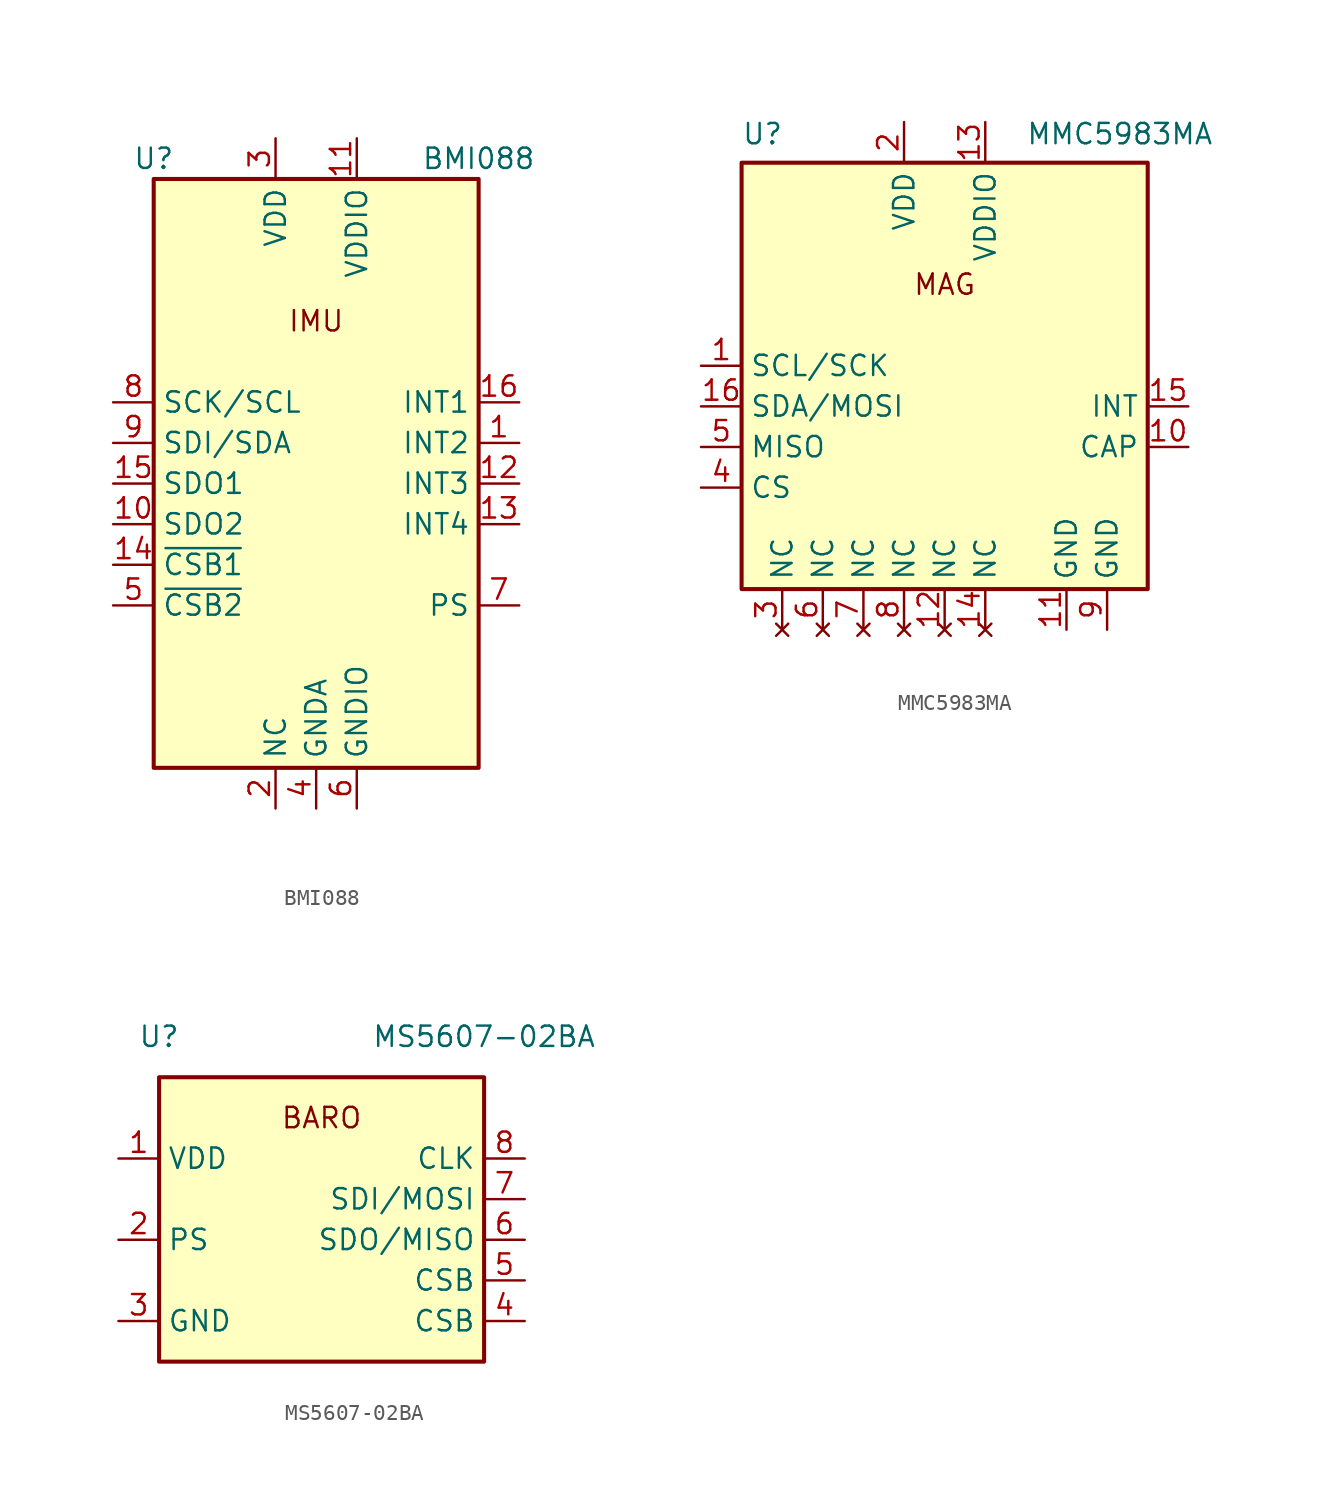
<source format=kicad_sym>
(kicad_symbol_lib
  (version 20241209)
  (generator "kicad_symbol_editor")
  (generator_version "9.0")
  (symbol "BMI088"
    (property "Reference" "U"
      (at -10.16 17.78 0)
      (effects (font (size 1.27 1.27))))
    (property "Value" "BMI088"
      (at 10.16 17.78 0)
      (effects (font (size 1.27 1.27))))
    (symbol "BMI088_1_1"
      (rectangle (start -10.16 16.51) (end 10.16 -20.32) (stroke (width 0.254) (type solid)) (fill (type background)))
      (text "IMU" (at 0 7.62 0) (effects (font (face "KiCad Font") (size 1.27 1.27))))
      (pin input line (at -12.7 2.54 0) (length 2.54) (name "SCK/SCL" (effects (font (size 1.27 1.27)))) (number "8" (effects (font (size 1.27 1.27)))))
      (pin bidirectional line (at -12.7 0 0) (length 2.54) (name "SDI/SDA" (effects (font (size 1.27 1.27)))) (number "9" (effects (font (size 1.27 1.27)))))
      (pin output line (at -12.7 -2.54 0) (length 2.54) (name "SDO1" (effects (font (size 1.27 1.27)))) (number "15" (effects (font (size 1.27 1.27)))))
      (pin output line (at -12.7 -5.08 0) (length 2.54) (name "SDO2" (effects (font (size 1.27 1.27)))) (number "10" (effects (font (size 1.27 1.27)))))
      (pin input line (at -12.7 -7.62 0) (length 2.54) (name "~{CSB1}" (effects (font (size 1.27 1.27)))) (number "14" (effects (font (size 1.27 1.27)))))
      (pin input line (at -12.7 -10.16 0) (length 2.54) (name "~{CSB2}" (effects (font (size 1.27 1.27)))) (number "5" (effects (font (size 1.27 1.27)))))
      (pin power_in line (at -2.54 19.05 270) (length 2.54) (name "VDD" (effects (font (size 1.27 1.27)))) (number "3" (effects (font (size 1.27 1.27)))))
      (pin passive line (at -2.54 -22.86 90) (length 2.54) (name "NC" (effects (font (size 1.27 1.27)))) (number "2" (effects (font (size 1.27 1.27)))))
      (pin power_in line (at 0 -22.86 90) (length 2.54) (name "GNDA" (effects (font (size 1.27 1.27)))) (number "4" (effects (font (size 1.27 1.27)))))
      (pin power_in line (at 2.54 19.05 270) (length 2.54) (name "VDDIO" (effects (font (size 1.27 1.27)))) (number "11" (effects (font (size 1.27 1.27)))))
      (pin power_in line (at 2.54 -22.86 90) (length 2.54) (name "GNDIO" (effects (font (size 1.27 1.27)))) (number "6" (effects (font (size 1.27 1.27)))))
      (pin bidirectional line (at 12.7 2.54 180) (length 2.54) (name "INT1" (effects (font (size 1.27 1.27)))) (number "16" (effects (font (size 1.27 1.27)))))
      (pin bidirectional line (at 12.7 0 180) (length 2.54) (name "INT2" (effects (font (size 1.27 1.27)))) (number "1" (effects (font (size 1.27 1.27)))))
      (pin bidirectional line (at 12.7 -2.54 180) (length 2.54) (name "INT3" (effects (font (size 1.27 1.27)))) (number "12" (effects (font (size 1.27 1.27)))))
      (pin bidirectional line (at 12.7 -5.08 180) (length 2.54) (name "INT4" (effects (font (size 1.27 1.27)))) (number "13" (effects (font (size 1.27 1.27)))))
      (pin input line (at 12.7 -10.16 180) (length 2.54) (name "PS" (effects (font (size 1.27 1.27)))) (number "7" (effects (font (size 1.27 1.27)))))))
  (symbol "MMC5983MA"
    (property "Reference" "U"
      (at -12.7 12.7 0)
      (effects (font (size 1.27 1.27)) (justify left top)))
    (property "Value" "MMC5983MA"
      (at 5.08 12.7 0)
      (effects (font (size 1.27 1.27)) (justify left top)))
    (symbol "MMC5983MA_0_1"
      (rectangle (start -12.7 10.16) (end 12.7 -16.51) (stroke (width 0.254) (type default)) (fill (type background))))
    (symbol "MMC5983MA_1_1"
      (text "MAG" (at 0 2.54 0) (effects (font (face "KiCad Font") (size 1.27 1.27))))
      (pin input line (at -15.24 -2.54 0) (length 2.54) (name "SCL/SCK" (effects (font (size 1.27 1.27)))) (number "1" (effects (font (size 1.27 1.27)))))
      (pin bidirectional line (at -15.24 -5.08 0) (length 2.54) (name "SDA/MOSI" (effects (font (size 1.27 1.27)))) (number "16" (effects (font (size 1.27 1.27)))))
      (pin bidirectional line (at -15.24 -7.62 0) (length 2.54) (name "MISO" (effects (font (size 1.27 1.27)))) (number "5" (effects (font (size 1.27 1.27)))))
      (pin input line (at -15.24 -10.16 0) (length 2.54) (name "CS" (effects (font (size 1.27 1.27)))) (number "4" (effects (font (size 1.27 1.27)))))
      (pin no_connect line (at -10.16 -19.05 90) (length 2.54) (name "NC" (effects (font (size 1.27 1.27)))) (number "3" (effects (font (size 1.27 1.27)))))
      (pin no_connect line (at -7.62 -19.05 90) (length 2.54) (name "NC" (effects (font (size 1.27 1.27)))) (number "6" (effects (font (size 1.27 1.27)))))
      (pin no_connect line (at -5.08 -19.05 90) (length 2.54) (name "NC" (effects (font (size 1.27 1.27)))) (number "7" (effects (font (size 1.27 1.27)))))
      (pin power_in line (at -2.54 12.7 270) (length 2.54) (name "VDD" (effects (font (size 1.27 1.27)))) (number "2" (effects (font (size 1.27 1.27)))))
      (pin no_connect line (at -2.54 -19.05 90) (length 2.54) (name "NC" (effects (font (size 1.27 1.27)))) (number "8" (effects (font (size 1.27 1.27)))))
      (pin no_connect line (at 0 -19.05 90) (length 2.54) (name "NC" (effects (font (size 1.27 1.27)))) (number "12" (effects (font (size 1.27 1.27)))))
      (pin power_in line (at 2.54 12.7 270) (length 2.54) (name "VDDIO" (effects (font (size 1.27 1.27)))) (number "13" (effects (font (size 1.27 1.27)))))
      (pin no_connect line (at 2.54 -19.05 90) (length 2.54) (name "NC" (effects (font (size 1.27 1.27)))) (number "14" (effects (font (size 1.27 1.27)))))
      (pin passive line (at 7.62 -19.05 90) (length 2.54) (name "GND" (effects (font (size 1.27 1.27)))) (number "11" (effects (font (size 1.27 1.27)))))
      (pin power_in line (at 10.16 -19.05 90) (length 2.54) (name "GND" (effects (font (size 1.27 1.27)))) (number "9" (effects (font (size 1.27 1.27)))))
      (pin output line (at 15.24 -5.08 180) (length 2.54) (name "INT" (effects (font (size 1.27 1.27)))) (number "15" (effects (font (size 1.27 1.27)))))
      (pin passive line (at 15.24 -7.62 180) (length 2.54) (name "CAP" (effects (font (size 1.27 1.27)))) (number "10" (effects (font (size 1.27 1.27)))))))
  (symbol "MS5607-02BA"
    (property "Reference" "U"
      (at -10.16 12.7 0)
      (effects (font (size 1.27 1.27))))
    (property "Value" "MS5607-02BA"
      (at 10.16 12.7 0)
      (effects (font (size 1.27 1.27))))
    (symbol "MS5607-02BA_0_1"
      (rectangle (start -10.16 10.16) (end 10.16 -7.62) (stroke (width 0.254) (type default)) (fill (type background))))
    (symbol "MS5607-02BA_1_1"
      (text "BARO\n" (at 0 7.62 0) (effects (font (face "KiCad Font") (size 1.27 1.27))))
      (pin power_in line (at -12.7 5.08 0) (length 2.54) (name "VDD" (effects (font (size 1.27 1.27)))) (number "1" (effects (font (size 1.27 1.27)))))
      (pin input line (at -12.7 0 0) (length 2.54) (name "PS" (effects (font (size 1.27 1.27)))) (number "2" (effects (font (size 1.27 1.27)))))
      (pin power_in line (at -12.7 -5.08 0) (length 2.54) (name "GND" (effects (font (size 1.27 1.27)))) (number "3" (effects (font (size 1.27 1.27)))))
      (pin input line (at 12.7 5.08 180) (length 2.54) (name "CLK" (effects (font (size 1.27 1.27)))) (number "8" (effects (font (size 1.27 1.27)))))
      (pin bidirectional line (at 12.7 2.54 180) (length 2.54) (name "SDI/MOSI" (effects (font (size 1.27 1.27)))) (number "7" (effects (font (size 1.27 1.27)))))
      (pin output line (at 12.7 0 180) (length 2.54) (name "SDO/MISO" (effects (font (size 1.27 1.27)))) (number "6" (effects (font (size 1.27 1.27)))))
      (pin input line (at 12.7 -2.54 180) (length 2.54) (name "CSB" (effects (font (size 1.27 1.27)))) (number "5" (effects (font (size 1.27 1.27)))))
      (pin input line (at 12.7 -5.08 180) (length 2.54) (name "CSB" (effects (font (size 1.27 1.27)))) (number "4" (effects (font (size 1.27 1.27))))))))
</source>
